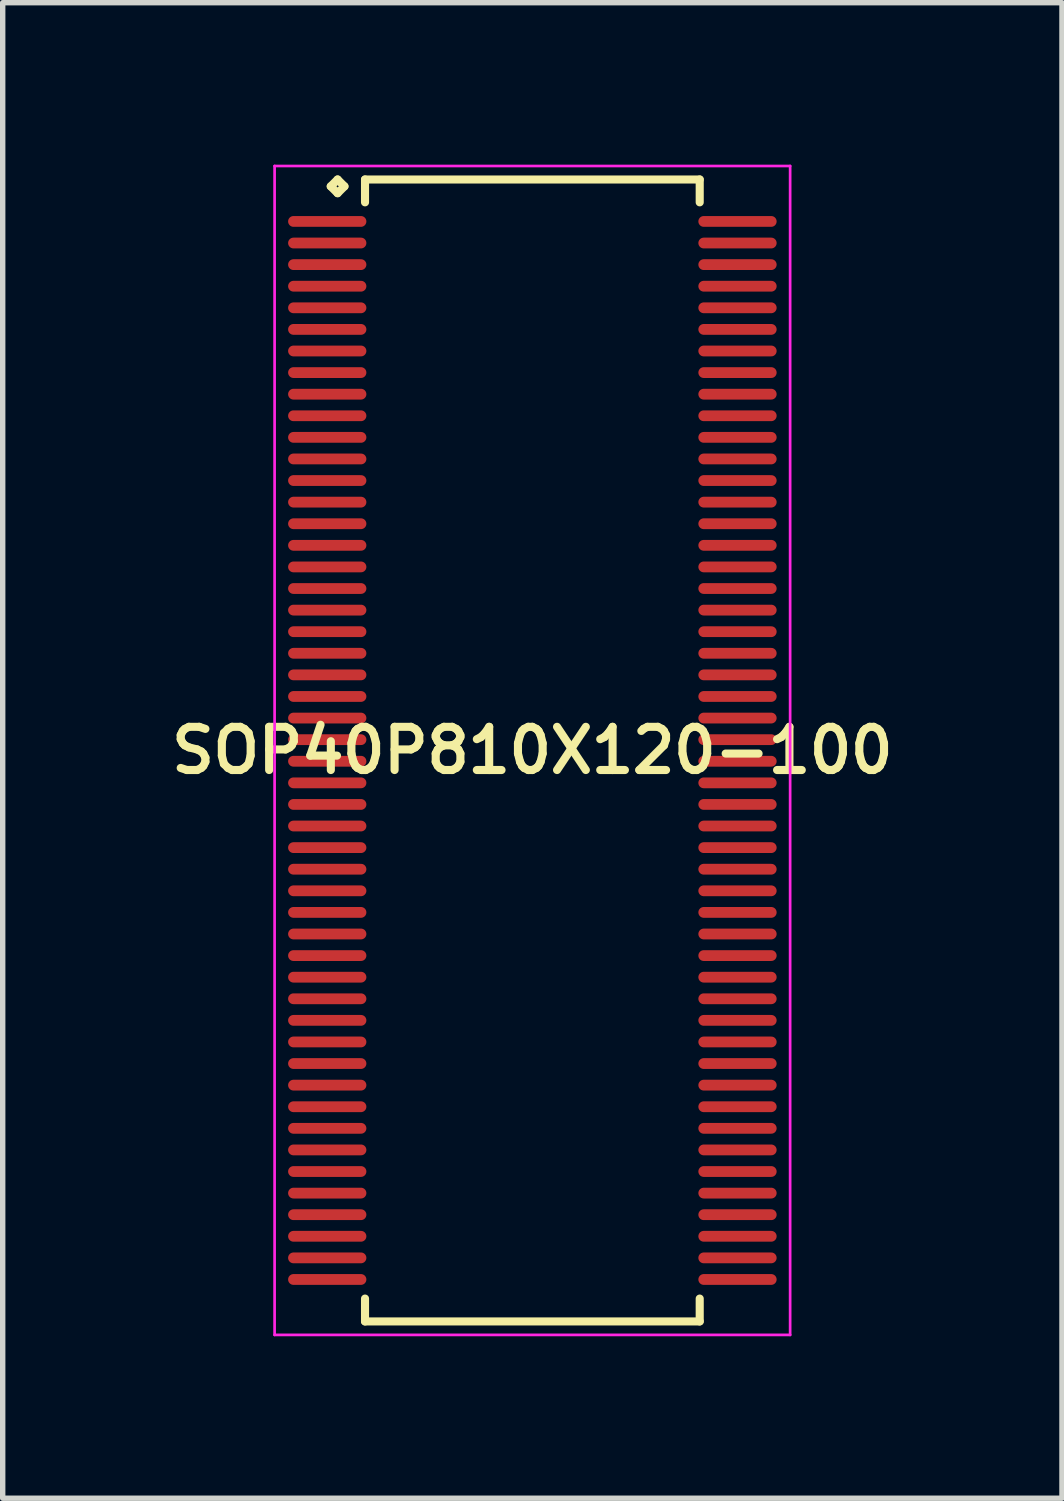
<source format=kicad_pcb>
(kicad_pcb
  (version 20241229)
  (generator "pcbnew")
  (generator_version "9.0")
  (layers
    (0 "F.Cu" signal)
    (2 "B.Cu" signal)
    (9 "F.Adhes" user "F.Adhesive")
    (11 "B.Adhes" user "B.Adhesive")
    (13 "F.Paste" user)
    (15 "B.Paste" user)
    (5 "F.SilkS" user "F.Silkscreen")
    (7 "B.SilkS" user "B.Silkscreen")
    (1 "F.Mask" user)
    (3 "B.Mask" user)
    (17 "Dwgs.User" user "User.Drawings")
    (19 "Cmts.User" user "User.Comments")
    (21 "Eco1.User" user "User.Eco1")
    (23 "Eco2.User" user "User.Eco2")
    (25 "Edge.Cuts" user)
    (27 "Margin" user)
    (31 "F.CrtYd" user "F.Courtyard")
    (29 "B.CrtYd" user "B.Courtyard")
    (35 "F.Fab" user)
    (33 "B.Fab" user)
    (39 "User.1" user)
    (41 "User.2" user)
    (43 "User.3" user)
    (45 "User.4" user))
  (footprint "SOP40P810X120-100"
    (layer "F.Cu")
    (at 6.812 10.852)
    (property "Reference" "SOP40P810X120-100" (at 0 0 0) (layer "F.SilkS") (effects (font (size 0.8 0.8) (thickness 0.15))))
    (attr smd)
    (fp_line (start -3.735 -10.45) (end -3.608 -10.577) (stroke (width 0.15) (type solid)) (layer "F.SilkS"))
    (fp_line (start -3.608 -10.577) (end -3.481 -10.45) (stroke (width 0.15) (type solid)) (layer "F.SilkS"))
    (fp_line (start -3.608 -10.323) (end -3.735 -10.45) (stroke (width 0.15) (type solid)) (layer "F.SilkS"))
    (fp_line (start -3.481 -10.45) (end -3.608 -10.323) (stroke (width 0.15) (type solid)) (layer "F.SilkS"))
    (fp_line (start -3.1 -10.577) (end 3.1 -10.577) (stroke (width 0.15) (type solid)) (layer "F.SilkS"))
    (fp_line (start -3.1 -10.154) (end -3.1 -10.577) (stroke (width 0.15) (type solid)) (layer "F.SilkS"))
    (fp_line (start -3.1 10.154) (end -3.1 10.577) (stroke (width 0.15) (type solid)) (layer "F.SilkS"))
    (fp_line (start -3.1 10.577) (end 3.1 10.577) (stroke (width 0.15) (type solid)) (layer "F.SilkS"))
    (fp_line (start 3.1 -10.577) (end 3.1 -10.154) (stroke (width 0.15) (type solid)) (layer "F.SilkS"))
    (fp_line (start 3.1 10.577) (end 3.1 10.154) (stroke (width 0.15) (type solid)) (layer "F.SilkS"))
    (fp_line (start -4.775 -10.827) (end 4.775 -10.827) (stroke (width 0.05) (type solid)) (layer "F.CrtYd"))
    (fp_line (start -4.775 10.827) (end -4.775 -10.827) (stroke (width 0.05) (type solid)) (layer "F.CrtYd"))
    (fp_line (start 4.775 -10.827) (end 4.775 10.827) (stroke (width 0.05) (type solid)) (layer "F.CrtYd"))
    (fp_line (start 4.775 10.827) (end -4.775 10.827) (stroke (width 0.05) (type solid)) (layer "F.CrtYd"))
    (pad "1" smd oval (at -3.8 -9.8) (size 1.45 0.2) (layers "F.Cu" "F.Mask" "F.Paste"))
    (pad "2" smd oval (at -3.8 -9.4) (size 1.45 0.2) (layers "F.Cu" "F.Mask" "F.Paste"))
    (pad "3" smd oval (at -3.8 -9) (size 1.45 0.2) (layers "F.Cu" "F.Mask" "F.Paste"))
    (pad "4" smd oval (at -3.8 -8.6) (size 1.45 0.2) (layers "F.Cu" "F.Mask" "F.Paste"))
    (pad "5" smd oval (at -3.8 -8.2) (size 1.45 0.2) (layers "F.Cu" "F.Mask" "F.Paste"))
    (pad "6" smd oval (at -3.8 -7.8) (size 1.45 0.2) (layers "F.Cu" "F.Mask" "F.Paste"))
    (pad "7" smd oval (at -3.8 -7.4) (size 1.45 0.2) (layers "F.Cu" "F.Mask" "F.Paste"))
    (pad "8" smd oval (at -3.8 -7) (size 1.45 0.2) (layers "F.Cu" "F.Mask" "F.Paste"))
    (pad "9" smd oval (at -3.8 -6.6) (size 1.45 0.2) (layers "F.Cu" "F.Mask" "F.Paste"))
    (pad "10" smd oval (at -3.8 -6.2) (size 1.45 0.2) (layers "F.Cu" "F.Mask" "F.Paste"))
    (pad "11" smd oval (at -3.8 -5.8) (size 1.45 0.2) (layers "F.Cu" "F.Mask" "F.Paste"))
    (pad "12" smd oval (at -3.8 -5.4) (size 1.45 0.2) (layers "F.Cu" "F.Mask" "F.Paste"))
    (pad "13" smd oval (at -3.8 -5) (size 1.45 0.2) (layers "F.Cu" "F.Mask" "F.Paste"))
    (pad "14" smd oval (at -3.8 -4.6) (size 1.45 0.2) (layers "F.Cu" "F.Mask" "F.Paste"))
    (pad "15" smd oval (at -3.8 -4.2) (size 1.45 0.2) (layers "F.Cu" "F.Mask" "F.Paste"))
    (pad "16" smd oval (at -3.8 -3.8) (size 1.45 0.2) (layers "F.Cu" "F.Mask" "F.Paste"))
    (pad "17" smd oval (at -3.8 -3.4) (size 1.45 0.2) (layers "F.Cu" "F.Mask" "F.Paste"))
    (pad "18" smd oval (at -3.8 -3) (size 1.45 0.2) (layers "F.Cu" "F.Mask" "F.Paste"))
    (pad "19" smd oval (at -3.8 -2.6) (size 1.45 0.2) (layers "F.Cu" "F.Mask" "F.Paste"))
    (pad "20" smd oval (at -3.8 -2.2) (size 1.45 0.2) (layers "F.Cu" "F.Mask" "F.Paste"))
    (pad "21" smd oval (at -3.8 -1.8) (size 1.45 0.2) (layers "F.Cu" "F.Mask" "F.Paste"))
    (pad "22" smd oval (at -3.8 -1.4) (size 1.45 0.2) (layers "F.Cu" "F.Mask" "F.Paste"))
    (pad "23" smd oval (at -3.8 -1) (size 1.45 0.2) (layers "F.Cu" "F.Mask" "F.Paste"))
    (pad "24" smd oval (at -3.8 -0.6) (size 1.45 0.2) (layers "F.Cu" "F.Mask" "F.Paste"))
    (pad "25" smd oval (at -3.8 -0.2) (size 1.45 0.2) (layers "F.Cu" "F.Mask" "F.Paste"))
    (pad "26" smd oval (at -3.8 0.2) (size 1.45 0.2) (layers "F.Cu" "F.Mask" "F.Paste"))
    (pad "27" smd oval (at -3.8 0.6) (size 1.45 0.2) (layers "F.Cu" "F.Mask" "F.Paste"))
    (pad "28" smd oval (at -3.8 1) (size 1.45 0.2) (layers "F.Cu" "F.Mask" "F.Paste"))
    (pad "29" smd oval (at -3.8 1.4) (size 1.45 0.2) (layers "F.Cu" "F.Mask" "F.Paste"))
    (pad "30" smd oval (at -3.8 1.8) (size 1.45 0.2) (layers "F.Cu" "F.Mask" "F.Paste"))
    (pad "31" smd oval (at -3.8 2.2) (size 1.45 0.2) (layers "F.Cu" "F.Mask" "F.Paste"))
    (pad "32" smd oval (at -3.8 2.6) (size 1.45 0.2) (layers "F.Cu" "F.Mask" "F.Paste"))
    (pad "33" smd oval (at -3.8 3) (size 1.45 0.2) (layers "F.Cu" "F.Mask" "F.Paste"))
    (pad "34" smd oval (at -3.8 3.4) (size 1.45 0.2) (layers "F.Cu" "F.Mask" "F.Paste"))
    (pad "35" smd oval (at -3.8 3.8) (size 1.45 0.2) (layers "F.Cu" "F.Mask" "F.Paste"))
    (pad "36" smd oval (at -3.8 4.2) (size 1.45 0.2) (layers "F.Cu" "F.Mask" "F.Paste"))
    (pad "37" smd oval (at -3.8 4.6) (size 1.45 0.2) (layers "F.Cu" "F.Mask" "F.Paste"))
    (pad "38" smd oval (at -3.8 5) (size 1.45 0.2) (layers "F.Cu" "F.Mask" "F.Paste"))
    (pad "39" smd oval (at -3.8 5.4) (size 1.45 0.2) (layers "F.Cu" "F.Mask" "F.Paste"))
    (pad "40" smd oval (at -3.8 5.8) (size 1.45 0.2) (layers "F.Cu" "F.Mask" "F.Paste"))
    (pad "41" smd oval (at -3.8 6.2) (size 1.45 0.2) (layers "F.Cu" "F.Mask" "F.Paste"))
    (pad "42" smd oval (at -3.8 6.6) (size 1.45 0.2) (layers "F.Cu" "F.Mask" "F.Paste"))
    (pad "43" smd oval (at -3.8 7) (size 1.45 0.2) (layers "F.Cu" "F.Mask" "F.Paste"))
    (pad "44" smd oval (at -3.8 7.4) (size 1.45 0.2) (layers "F.Cu" "F.Mask" "F.Paste"))
    (pad "45" smd oval (at -3.8 7.8) (size 1.45 0.2) (layers "F.Cu" "F.Mask" "F.Paste"))
    (pad "46" smd oval (at -3.8 8.2) (size 1.45 0.2) (layers "F.Cu" "F.Mask" "F.Paste"))
    (pad "47" smd oval (at -3.8 8.6) (size 1.45 0.2) (layers "F.Cu" "F.Mask" "F.Paste"))
    (pad "48" smd oval (at -3.8 9) (size 1.45 0.2) (layers "F.Cu" "F.Mask" "F.Paste"))
    (pad "49" smd oval (at -3.8 9.4) (size 1.45 0.2) (layers "F.Cu" "F.Mask" "F.Paste"))
    (pad "50" smd oval (at -3.8 9.8) (size 1.45 0.2) (layers "F.Cu" "F.Mask" "F.Paste"))
    (pad "51" smd oval (at 3.8 9.8) (size 1.45 0.2) (layers "F.Cu" "F.Mask" "F.Paste"))
    (pad "52" smd oval (at 3.8 9.4) (size 1.45 0.2) (layers "F.Cu" "F.Mask" "F.Paste"))
    (pad "53" smd oval (at 3.8 9) (size 1.45 0.2) (layers "F.Cu" "F.Mask" "F.Paste"))
    (pad "54" smd oval (at 3.8 8.6) (size 1.45 0.2) (layers "F.Cu" "F.Mask" "F.Paste"))
    (pad "55" smd oval (at 3.8 8.2) (size 1.45 0.2) (layers "F.Cu" "F.Mask" "F.Paste"))
    (pad "56" smd oval (at 3.8 7.8) (size 1.45 0.2) (layers "F.Cu" "F.Mask" "F.Paste"))
    (pad "57" smd oval (at 3.8 7.4) (size 1.45 0.2) (layers "F.Cu" "F.Mask" "F.Paste"))
    (pad "58" smd oval (at 3.8 7) (size 1.45 0.2) (layers "F.Cu" "F.Mask" "F.Paste"))
    (pad "59" smd oval (at 3.8 6.6) (size 1.45 0.2) (layers "F.Cu" "F.Mask" "F.Paste"))
    (pad "60" smd oval (at 3.8 6.2) (size 1.45 0.2) (layers "F.Cu" "F.Mask" "F.Paste"))
    (pad "61" smd oval (at 3.8 5.8) (size 1.45 0.2) (layers "F.Cu" "F.Mask" "F.Paste"))
    (pad "62" smd oval (at 3.8 5.4) (size 1.45 0.2) (layers "F.Cu" "F.Mask" "F.Paste"))
    (pad "63" smd oval (at 3.8 5) (size 1.45 0.2) (layers "F.Cu" "F.Mask" "F.Paste"))
    (pad "64" smd oval (at 3.8 4.6) (size 1.45 0.2) (layers "F.Cu" "F.Mask" "F.Paste"))
    (pad "65" smd oval (at 3.8 4.2) (size 1.45 0.2) (layers "F.Cu" "F.Mask" "F.Paste"))
    (pad "66" smd oval (at 3.8 3.8) (size 1.45 0.2) (layers "F.Cu" "F.Mask" "F.Paste"))
    (pad "67" smd oval (at 3.8 3.4) (size 1.45 0.2) (layers "F.Cu" "F.Mask" "F.Paste"))
    (pad "68" smd oval (at 3.8 3) (size 1.45 0.2) (layers "F.Cu" "F.Mask" "F.Paste"))
    (pad "69" smd oval (at 3.8 2.6) (size 1.45 0.2) (layers "F.Cu" "F.Mask" "F.Paste"))
    (pad "70" smd oval (at 3.8 2.2) (size 1.45 0.2) (layers "F.Cu" "F.Mask" "F.Paste"))
    (pad "71" smd oval (at 3.8 1.8) (size 1.45 0.2) (layers "F.Cu" "F.Mask" "F.Paste"))
    (pad "72" smd oval (at 3.8 1.4) (size 1.45 0.2) (layers "F.Cu" "F.Mask" "F.Paste"))
    (pad "73" smd oval (at 3.8 1) (size 1.45 0.2) (layers "F.Cu" "F.Mask" "F.Paste"))
    (pad "74" smd oval (at 3.8 0.6) (size 1.45 0.2) (layers "F.Cu" "F.Mask" "F.Paste"))
    (pad "75" smd oval (at 3.8 0.2) (size 1.45 0.2) (layers "F.Cu" "F.Mask" "F.Paste"))
    (pad "76" smd oval (at 3.8 -0.2) (size 1.45 0.2) (layers "F.Cu" "F.Mask" "F.Paste"))
    (pad "77" smd oval (at 3.8 -0.6) (size 1.45 0.2) (layers "F.Cu" "F.Mask" "F.Paste"))
    (pad "78" smd oval (at 3.8 -1) (size 1.45 0.2) (layers "F.Cu" "F.Mask" "F.Paste"))
    (pad "79" smd oval (at 3.8 -1.4) (size 1.45 0.2) (layers "F.Cu" "F.Mask" "F.Paste"))
    (pad "80" smd oval (at 3.8 -1.8) (size 1.45 0.2) (layers "F.Cu" "F.Mask" "F.Paste"))
    (pad "81" smd oval (at 3.8 -2.2) (size 1.45 0.2) (layers "F.Cu" "F.Mask" "F.Paste"))
    (pad "82" smd oval (at 3.8 -2.6) (size 1.45 0.2) (layers "F.Cu" "F.Mask" "F.Paste"))
    (pad "83" smd oval (at 3.8 -3) (size 1.45 0.2) (layers "F.Cu" "F.Mask" "F.Paste"))
    (pad "84" smd oval (at 3.8 -3.4) (size 1.45 0.2) (layers "F.Cu" "F.Mask" "F.Paste"))
    (pad "85" smd oval (at 3.8 -3.8) (size 1.45 0.2) (layers "F.Cu" "F.Mask" "F.Paste"))
    (pad "86" smd oval (at 3.8 -4.2) (size 1.45 0.2) (layers "F.Cu" "F.Mask" "F.Paste"))
    (pad "87" smd oval (at 3.8 -4.6) (size 1.45 0.2) (layers "F.Cu" "F.Mask" "F.Paste"))
    (pad "88" smd oval (at 3.8 -5) (size 1.45 0.2) (layers "F.Cu" "F.Mask" "F.Paste"))
    (pad "89" smd oval (at 3.8 -5.4) (size 1.45 0.2) (layers "F.Cu" "F.Mask" "F.Paste"))
    (pad "90" smd oval (at 3.8 -5.8) (size 1.45 0.2) (layers "F.Cu" "F.Mask" "F.Paste"))
    (pad "91" smd oval (at 3.8 -6.2) (size 1.45 0.2) (layers "F.Cu" "F.Mask" "F.Paste"))
    (pad "92" smd oval (at 3.8 -6.6) (size 1.45 0.2) (layers "F.Cu" "F.Mask" "F.Paste"))
    (pad "93" smd oval (at 3.8 -7) (size 1.45 0.2) (layers "F.Cu" "F.Mask" "F.Paste"))
    (pad "94" smd oval (at 3.8 -7.4) (size 1.45 0.2) (layers "F.Cu" "F.Mask" "F.Paste"))
    (pad "95" smd oval (at 3.8 -7.8) (size 1.45 0.2) (layers "F.Cu" "F.Mask" "F.Paste"))
    (pad "96" smd oval (at 3.8 -8.2) (size 1.45 0.2) (layers "F.Cu" "F.Mask" "F.Paste"))
    (pad "97" smd oval (at 3.8 -8.6) (size 1.45 0.2) (layers "F.Cu" "F.Mask" "F.Paste"))
    (pad "98" smd oval (at 3.8 -9) (size 1.45 0.2) (layers "F.Cu" "F.Mask" "F.Paste"))
    (pad "99" smd oval (at 3.8 -9.4) (size 1.45 0.2) (layers "F.Cu" "F.Mask" "F.Paste"))
    (pad "100" smd oval (at 3.8 -9.8) (size 1.45 0.2) (layers "F.Cu" "F.Mask" "F.Paste")))
  (gr_rect
    (start -3 -3)
    (end 16.623 24.704)
    (stroke (width 0.1) (type default))
    (fill no)
    (layer "Edge.Cuts")))
</source>
